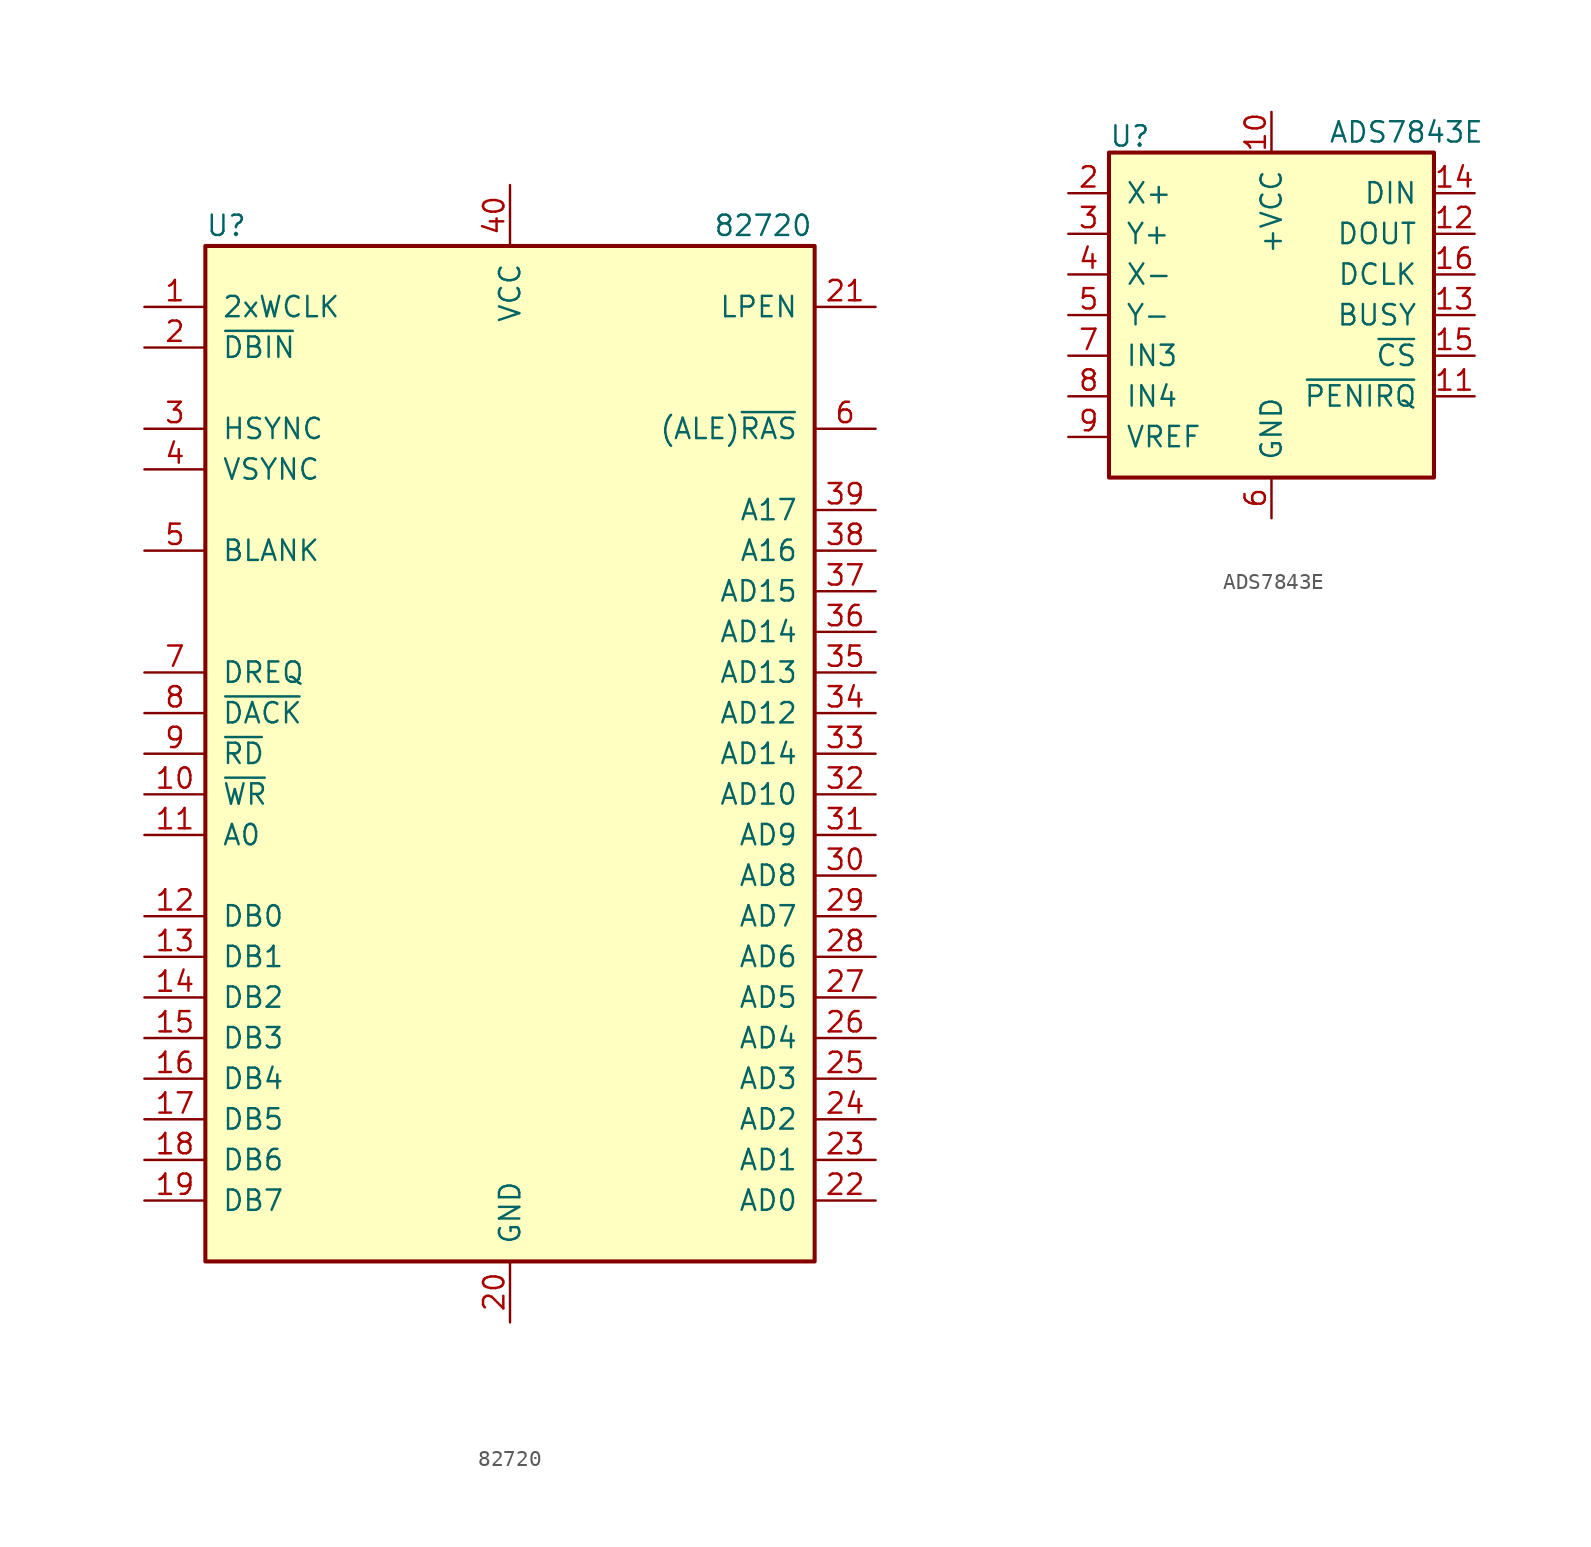
<source format=kicad_sym>
(kicad_symbol_lib
  (version 20220914)
  (generator kicad_symbol_editor)
  (symbol "82720"
    (pin_names
      (offset 1.016))
    (property "Reference" "U"
      (at -19.05 33.02 0)
      (effects (font (size 1.27 1.27)) (justify left)))
    (property "Value" "82720"
      (at 12.7 33.02 0)
      (effects (font (size 1.27 1.27)) (justify left)))
    (symbol "82720_0_0"
      (rectangle (start -19.05 -31.75) (end 19.05 31.75) (stroke (width 0.254) (type default)) (fill (type background))))
    (symbol "82720_1_1"
      (pin input line (at -22.86 27.94 0) (length 3.81) (name "2xWCLK" (effects (font (size 1.27 1.27)))) (number "1" (effects (font (size 1.27 1.27)))))
      (pin input line (at -22.86 -2.54 0) (length 3.81) (name "~{WR}" (effects (font (size 1.27 1.27)))) (number "10" (effects (font (size 1.27 1.27)))))
      (pin input line (at -22.86 -5.08 0) (length 3.81) (name "A0" (effects (font (size 1.27 1.27)))) (number "11" (effects (font (size 1.27 1.27)))))
      (pin bidirectional line (at -22.86 -10.16 0) (length 3.81) (name "DB0" (effects (font (size 1.27 1.27)))) (number "12" (effects (font (size 1.27 1.27)))))
      (pin bidirectional line (at -22.86 -12.7 0) (length 3.81) (name "DB1" (effects (font (size 1.27 1.27)))) (number "13" (effects (font (size 1.27 1.27)))))
      (pin bidirectional line (at -22.86 -15.24 0) (length 3.81) (name "DB2" (effects (font (size 1.27 1.27)))) (number "14" (effects (font (size 1.27 1.27)))))
      (pin bidirectional line (at -22.86 -17.78 0) (length 3.81) (name "DB3" (effects (font (size 1.27 1.27)))) (number "15" (effects (font (size 1.27 1.27)))))
      (pin bidirectional line (at -22.86 -20.32 0) (length 3.81) (name "DB4" (effects (font (size 1.27 1.27)))) (number "16" (effects (font (size 1.27 1.27)))))
      (pin bidirectional line (at -22.86 -22.86 0) (length 3.81) (name "DB5" (effects (font (size 1.27 1.27)))) (number "17" (effects (font (size 1.27 1.27)))))
      (pin bidirectional line (at -22.86 -25.4 0) (length 3.81) (name "DB6" (effects (font (size 1.27 1.27)))) (number "18" (effects (font (size 1.27 1.27)))))
      (pin bidirectional line (at -22.86 -27.94 0) (length 3.81) (name "DB7" (effects (font (size 1.27 1.27)))) (number "19" (effects (font (size 1.27 1.27)))))
      (pin input line (at -22.86 25.4 0) (length 3.81) (name "~{DBIN}" (effects (font (size 1.27 1.27)))) (number "2" (effects (font (size 1.27 1.27)))))
      (pin power_in line (at 0 -35.56 90) (length 3.81) (name "GND" (effects (font (size 1.27 1.27)))) (number "20" (effects (font (size 1.27 1.27)))))
      (pin input line (at 22.86 27.94 180) (length 3.81) (name "LPEN" (effects (font (size 1.27 1.27)))) (number "21" (effects (font (size 1.27 1.27)))))
      (pin bidirectional line (at 22.86 -27.94 180) (length 3.81) (name "AD0" (effects (font (size 1.27 1.27)))) (number "22" (effects (font (size 1.27 1.27)))))
      (pin bidirectional line (at 22.86 -25.4 180) (length 3.81) (name "AD1" (effects (font (size 1.27 1.27)))) (number "23" (effects (font (size 1.27 1.27)))))
      (pin bidirectional line (at 22.86 -22.86 180) (length 3.81) (name "AD2" (effects (font (size 1.27 1.27)))) (number "24" (effects (font (size 1.27 1.27)))))
      (pin bidirectional line (at 22.86 -20.32 180) (length 3.81) (name "AD3" (effects (font (size 1.27 1.27)))) (number "25" (effects (font (size 1.27 1.27)))))
      (pin bidirectional line (at 22.86 -17.78 180) (length 3.81) (name "AD4" (effects (font (size 1.27 1.27)))) (number "26" (effects (font (size 1.27 1.27)))))
      (pin bidirectional line (at 22.86 -15.24 180) (length 3.81) (name "AD5" (effects (font (size 1.27 1.27)))) (number "27" (effects (font (size 1.27 1.27)))))
      (pin bidirectional line (at 22.86 -12.7 180) (length 3.81) (name "AD6" (effects (font (size 1.27 1.27)))) (number "28" (effects (font (size 1.27 1.27)))))
      (pin bidirectional line (at 22.86 -10.16 180) (length 3.81) (name "AD7" (effects (font (size 1.27 1.27)))) (number "29" (effects (font (size 1.27 1.27)))))
      (pin output line (at -22.86 20.32 0) (length 3.81) (name "HSYNC" (effects (font (size 1.27 1.27)))) (number "3" (effects (font (size 1.27 1.27)))))
      (pin bidirectional line (at 22.86 -7.62 180) (length 3.81) (name "AD8" (effects (font (size 1.27 1.27)))) (number "30" (effects (font (size 1.27 1.27)))))
      (pin bidirectional line (at 22.86 -5.08 180) (length 3.81) (name "AD9" (effects (font (size 1.27 1.27)))) (number "31" (effects (font (size 1.27 1.27)))))
      (pin bidirectional line (at 22.86 -2.54 180) (length 3.81) (name "AD10" (effects (font (size 1.27 1.27)))) (number "32" (effects (font (size 1.27 1.27)))))
      (pin bidirectional line (at 22.86 0 180) (length 3.81) (name "AD14" (effects (font (size 1.27 1.27)))) (number "33" (effects (font (size 1.27 1.27)))))
      (pin bidirectional line (at 22.86 2.54 180) (length 3.81) (name "AD12" (effects (font (size 1.27 1.27)))) (number "34" (effects (font (size 1.27 1.27)))))
      (pin bidirectional line (at 22.86 5.08 180) (length 3.81) (name "AD13" (effects (font (size 1.27 1.27)))) (number "35" (effects (font (size 1.27 1.27)))))
      (pin bidirectional line (at 22.86 7.62 180) (length 3.81) (name "AD14" (effects (font (size 1.27 1.27)))) (number "36" (effects (font (size 1.27 1.27)))))
      (pin bidirectional line (at 22.86 10.16 180) (length 3.81) (name "AD15" (effects (font (size 1.27 1.27)))) (number "37" (effects (font (size 1.27 1.27)))))
      (pin output line (at 22.86 12.7 180) (length 3.81) (name "A16" (effects (font (size 1.27 1.27)))) (number "38" (effects (font (size 1.27 1.27)))))
      (pin output line (at 22.86 15.24 180) (length 3.81) (name "A17" (effects (font (size 1.27 1.27)))) (number "39" (effects (font (size 1.27 1.27)))))
      (pin bidirectional line (at -22.86 17.78 0) (length 3.81) (name "VSYNC" (effects (font (size 1.27 1.27)))) (number "4" (effects (font (size 1.27 1.27)))))
      (pin power_in line (at 0 35.56 270) (length 3.81) (name "VCC" (effects (font (size 1.27 1.27)))) (number "40" (effects (font (size 1.27 1.27)))))
      (pin output line (at -22.86 12.7 0) (length 3.81) (name "BLANK" (effects (font (size 1.27 1.27)))) (number "5" (effects (font (size 1.27 1.27)))))
      (pin output line (at 22.86 20.32 180) (length 3.81) (name "(ALE)~{RAS}" (effects (font (size 1.27 1.27)))) (number "6" (effects (font (size 1.27 1.27)))))
      (pin output line (at -22.86 5.08 0) (length 3.81) (name "DREQ" (effects (font (size 1.27 1.27)))) (number "7" (effects (font (size 1.27 1.27)))))
      (pin input line (at -22.86 2.54 0) (length 3.81) (name "~{DACK}" (effects (font (size 1.27 1.27)))) (number "8" (effects (font (size 1.27 1.27)))))
      (pin input line (at -22.86 0 0) (length 3.81) (name "~{RD}" (effects (font (size 1.27 1.27)))) (number "9" (effects (font (size 1.27 1.27)))))))
  (symbol "ADS7843E"
    (pin_names
      (offset 1.016))
    (property "Reference" "U"
      (at -10.16 11.176 0)
      (effects (font (size 1.27 1.27)) (justify left)))
    (property "Value" "ADS7843E"
      (at 3.556 11.43 0)
      (effects (font (size 1.27 1.27)) (justify left)))
    (symbol "ADS7843E_0_1"
      (rectangle (start -10.16 10.16) (end 10.16 -10.16) (stroke (width 0.254) (type default)) (fill (type background))))
    (symbol "ADS7843E_1_1"
      (pin passive line (at 0 12.7 270) (length 2.54) hide (name "+VCC" (effects (font (size 1.27 1.27)))) (number "1" (effects (font (size 1.27 1.27)))))
      (pin power_in line (at 0 12.7 270) (length 2.54) (name "+VCC" (effects (font (size 1.27 1.27)))) (number "10" (effects (font (size 1.27 1.27)))))
      (pin open_collector line (at 12.7 -5.08 180) (length 2.54) (name "~{PENIRQ}" (effects (font (size 1.27 1.27)))) (number "11" (effects (font (size 1.27 1.27)))))
      (pin output line (at 12.7 5.08 180) (length 2.54) (name "DOUT" (effects (font (size 1.27 1.27)))) (number "12" (effects (font (size 1.27 1.27)))))
      (pin output line (at 12.7 0 180) (length 2.54) (name "BUSY" (effects (font (size 1.27 1.27)))) (number "13" (effects (font (size 1.27 1.27)))))
      (pin input line (at 12.7 7.62 180) (length 2.54) (name "DIN" (effects (font (size 1.27 1.27)))) (number "14" (effects (font (size 1.27 1.27)))))
      (pin input line (at 12.7 -2.54 180) (length 2.54) (name "~{CS}" (effects (font (size 1.27 1.27)))) (number "15" (effects (font (size 1.27 1.27)))))
      (pin input line (at 12.7 2.54 180) (length 2.54) (name "DCLK" (effects (font (size 1.27 1.27)))) (number "16" (effects (font (size 1.27 1.27)))))
      (pin input line (at -12.7 7.62 0) (length 2.54) (name "X+" (effects (font (size 1.27 1.27)))) (number "2" (effects (font (size 1.27 1.27)))))
      (pin input line (at -12.7 5.08 0) (length 2.54) (name "Y+" (effects (font (size 1.27 1.27)))) (number "3" (effects (font (size 1.27 1.27)))))
      (pin input line (at -12.7 2.54 0) (length 2.54) (name "X-" (effects (font (size 1.27 1.27)))) (number "4" (effects (font (size 1.27 1.27)))))
      (pin input line (at -12.7 0 0) (length 2.54) (name "Y-" (effects (font (size 1.27 1.27)))) (number "5" (effects (font (size 1.27 1.27)))))
      (pin power_in line (at 0 -12.7 90) (length 2.54) (name "GND" (effects (font (size 1.27 1.27)))) (number "6" (effects (font (size 1.27 1.27)))))
      (pin input line (at -12.7 -2.54 0) (length 2.54) (name "IN3" (effects (font (size 1.27 1.27)))) (number "7" (effects (font (size 1.27 1.27)))))
      (pin input line (at -12.7 -5.08 0) (length 2.54) (name "IN4" (effects (font (size 1.27 1.27)))) (number "8" (effects (font (size 1.27 1.27)))))
      (pin input line (at -12.7 -7.62 0) (length 2.54) (name "VREF" (effects (font (size 1.27 1.27)))) (number "9" (effects (font (size 1.27 1.27))))))))
</source>
